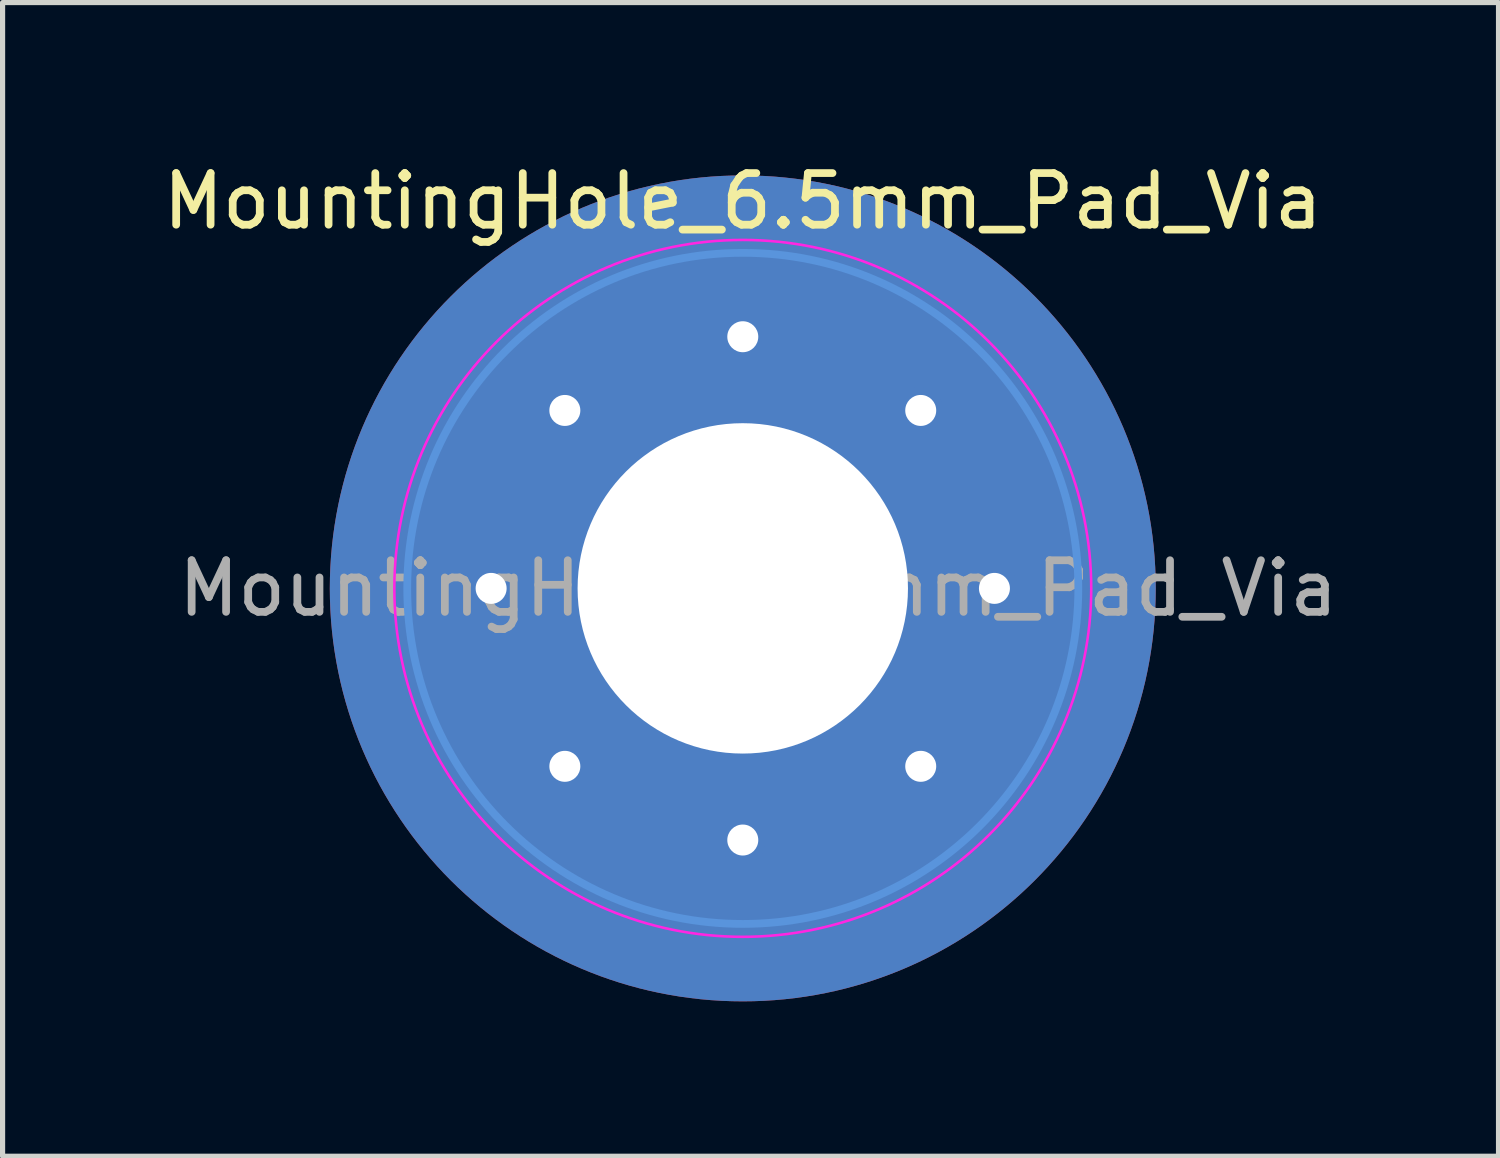
<source format=kicad_pcb>
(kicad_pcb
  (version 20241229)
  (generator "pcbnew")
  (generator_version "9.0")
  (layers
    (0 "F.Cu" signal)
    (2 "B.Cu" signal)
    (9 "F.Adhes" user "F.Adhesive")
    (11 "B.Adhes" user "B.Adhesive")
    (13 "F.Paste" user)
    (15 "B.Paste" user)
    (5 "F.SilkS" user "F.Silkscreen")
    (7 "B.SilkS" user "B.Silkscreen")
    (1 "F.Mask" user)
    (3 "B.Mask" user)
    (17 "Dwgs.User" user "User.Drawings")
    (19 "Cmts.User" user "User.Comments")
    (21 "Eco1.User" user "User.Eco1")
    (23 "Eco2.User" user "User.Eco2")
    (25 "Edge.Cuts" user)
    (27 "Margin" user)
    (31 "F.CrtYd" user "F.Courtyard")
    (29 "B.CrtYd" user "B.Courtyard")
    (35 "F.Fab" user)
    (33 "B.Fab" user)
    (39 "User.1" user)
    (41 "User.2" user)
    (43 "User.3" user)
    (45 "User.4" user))
  (footprint "MountingHole_6.5mm_Pad_Via"
    (layer "F.Cu")
    (at 11.339 8.348)
    (property "Reference" "MountingHole_6.5mm_Pad_Via" (at 0 -7.5 0) (layer "F.SilkS") (effects (font (size 1 1) (thickness 0.15))))
    (attr exclude_from_pos_files exclude_from_bom)
    (fp_circle (center 0 0) (end 6.5 0) (stroke (width 0.15) (type solid)) (fill no) (layer "Cmts.User"))
    (fp_circle (center 0 0) (end 6.75 0) (stroke (width 0.05) (type solid)) (fill no) (layer "F.CrtYd"))
    (fp_text user "${REFERENCE}" (at 0.3 0 0) (layer "F.Fab") (effects (font (size 1 1) (thickness 0.15))))
    (pad "1" thru_hole circle (at -4.875 0) (size 0.9 0.9) (drill 0.6) (layers "*.Cu" "*.Mask"))
    (pad "1" thru_hole circle (at -3.447 -3.447) (size 0.9 0.9) (drill 0.6) (layers "*.Cu" "*.Mask"))
    (pad "1" thru_hole circle (at -3.447 3.447) (size 0.9 0.9) (drill 0.6) (layers "*.Cu" "*.Mask"))
    (pad "1" thru_hole circle (at 0 -4.875) (size 0.9 0.9) (drill 0.6) (layers "*.Cu" "*.Mask"))
    (pad "1" thru_hole circle (at 0 0) (size 16 16) (drill 6.4) (layers "*.Cu" "*.Mask"))
    (pad "1" thru_hole circle (at 0 4.875) (size 0.9 0.9) (drill 0.6) (layers "*.Cu" "*.Mask"))
    (pad "1" thru_hole circle (at 3.447 -3.447) (size 0.9 0.9) (drill 0.6) (layers "*.Cu" "*.Mask"))
    (pad "1" thru_hole circle (at 3.447 3.447) (size 0.9 0.9) (drill 0.6) (layers "*.Cu" "*.Mask"))
    (pad "1" thru_hole circle (at 4.875 0) (size 0.9 0.9) (drill 0.6) (layers "*.Cu" "*.Mask")))
  (gr_rect
    (start -3 -3)
    (end 25.979 19.348)
    (stroke (width 0.1) (type default))
    (fill no)
    (layer "Edge.Cuts")))
</source>
